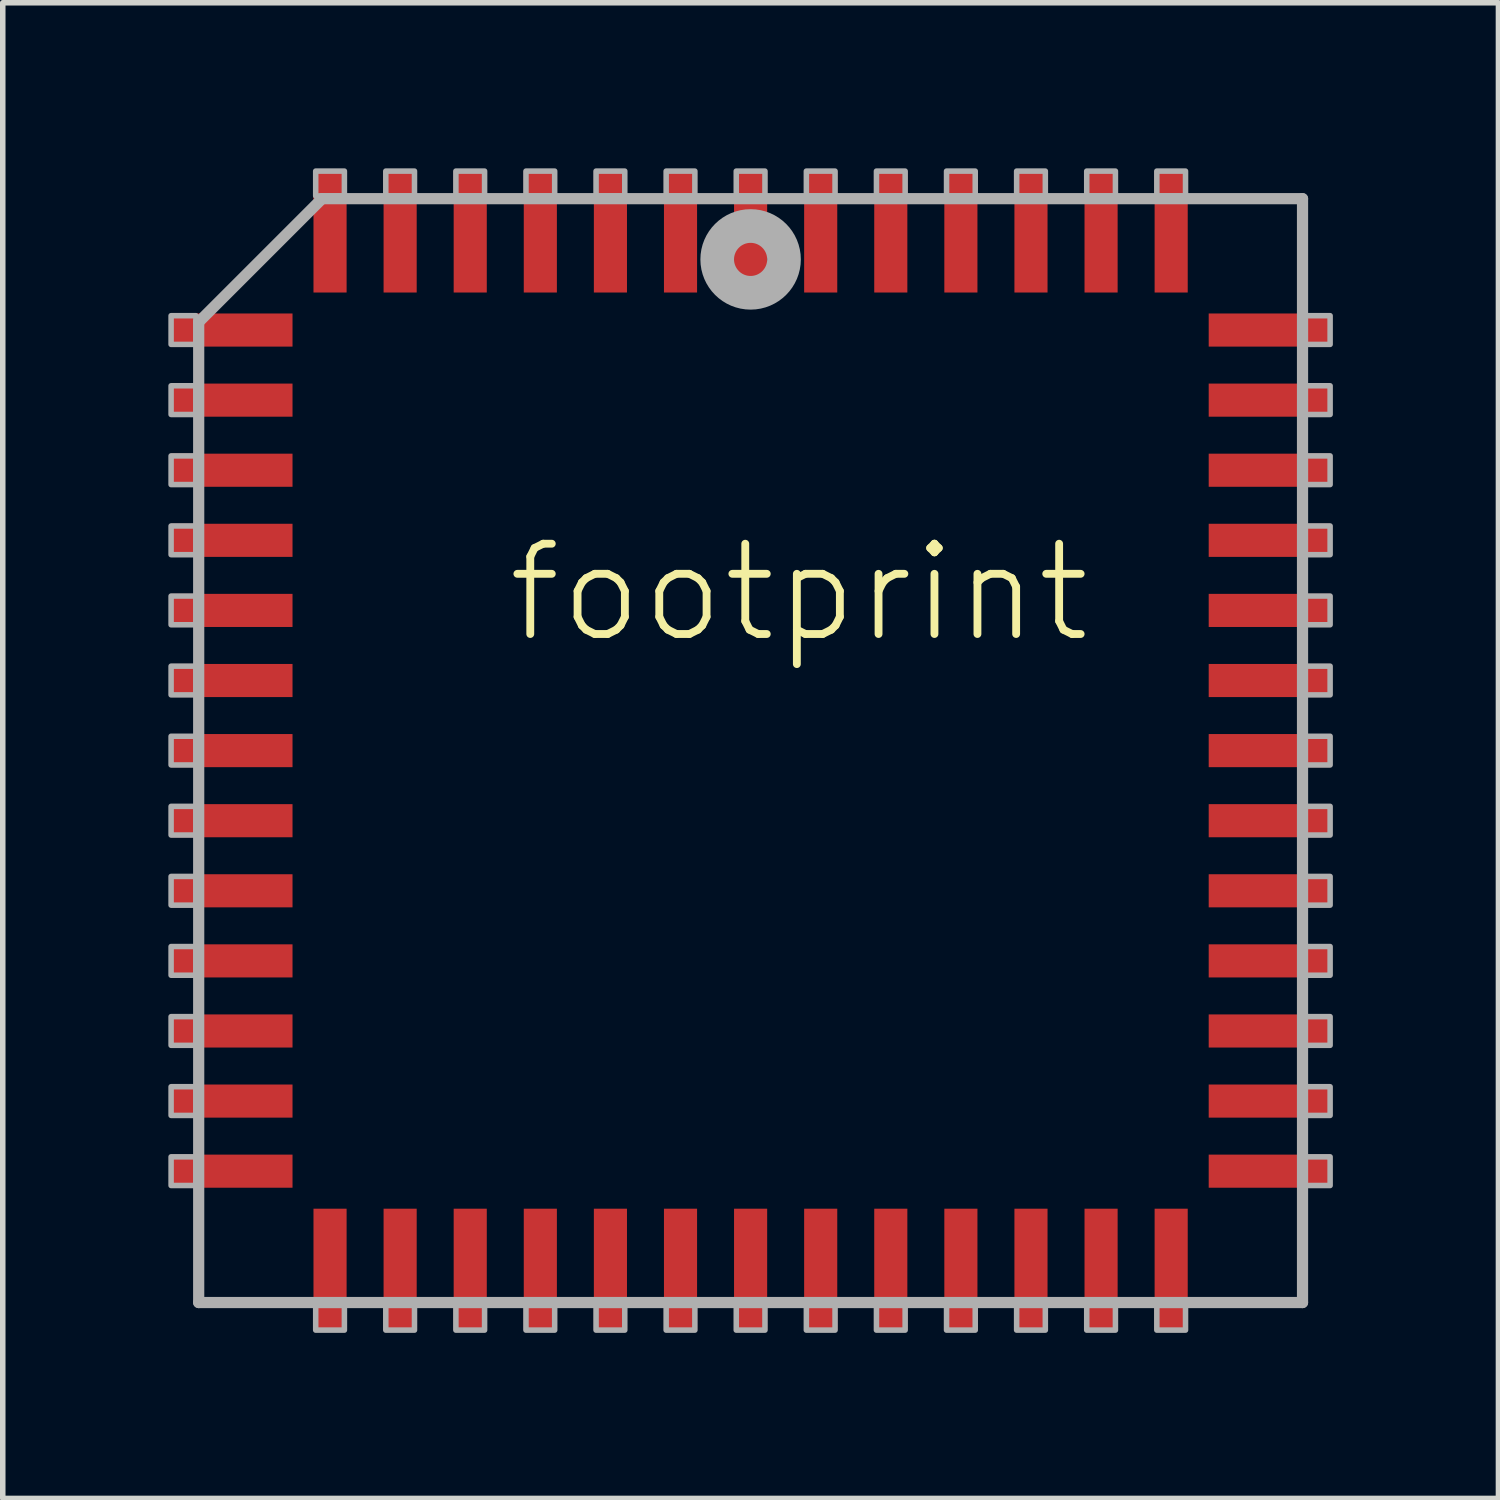
<source format=kicad_pcb>
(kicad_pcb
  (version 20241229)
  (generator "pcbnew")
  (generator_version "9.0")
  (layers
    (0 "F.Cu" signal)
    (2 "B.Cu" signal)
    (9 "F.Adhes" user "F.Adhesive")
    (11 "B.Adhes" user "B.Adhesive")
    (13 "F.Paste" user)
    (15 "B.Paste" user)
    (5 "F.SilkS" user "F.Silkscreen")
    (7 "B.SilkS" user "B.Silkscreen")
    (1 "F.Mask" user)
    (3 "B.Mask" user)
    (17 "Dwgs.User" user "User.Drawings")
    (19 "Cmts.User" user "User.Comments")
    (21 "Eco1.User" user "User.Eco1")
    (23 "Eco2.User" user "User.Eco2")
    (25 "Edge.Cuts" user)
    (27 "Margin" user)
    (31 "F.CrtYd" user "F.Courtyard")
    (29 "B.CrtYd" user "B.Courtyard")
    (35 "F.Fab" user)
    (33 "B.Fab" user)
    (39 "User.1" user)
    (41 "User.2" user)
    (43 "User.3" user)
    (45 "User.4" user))
  (footprint "footprint"
    (layer "F.Cu")
    (at 10.55 10.55)
    (property "Reference" "footprint" (at -4.475 -1.905 0) (layer "F.SilkS") (effects (font (size 1.636 1.636) (thickness 0.142)) (justify left bottom)))
    (fp_line (start -10 -7.765) (end -10 10) (stroke (width 0.203) (type solid)) (layer "F.Fab"))
    (fp_line (start -10 10) (end 10 10) (stroke (width 0.203) (type solid)) (layer "F.Fab"))
    (fp_line (start -7.765 -10) (end -10 -7.765) (stroke (width 0.203) (type solid)) (layer "F.Fab"))
    (fp_line (start 10 -10) (end -7.765 -10) (stroke (width 0.203) (type solid)) (layer "F.Fab"))
    (fp_line (start 10 10) (end 10 -10) (stroke (width 0.203) (type solid)) (layer "F.Fab"))
    (fp_circle (center 0 -8.9) (end 0.3 -8.9) (stroke (width 0.61) (type solid)) (fill no) (layer "F.Fab"))
    (fp_poly (pts (xy -10.5 -7.36) (xy -10.05 -7.36) (xy -10.05 -7.88) (xy -10.5 -7.88)) (stroke (width 0.1) (type solid)) (fill no) (layer "F.Fab"))
    (fp_poly (pts (xy -10.5 -6.09) (xy -10.05 -6.09) (xy -10.05 -6.61) (xy -10.5 -6.61)) (stroke (width 0.1) (type solid)) (fill no) (layer "F.Fab"))
    (fp_poly (pts (xy -10.5 -4.82) (xy -10.05 -4.82) (xy -10.05 -5.34) (xy -10.5 -5.34)) (stroke (width 0.1) (type solid)) (fill no) (layer "F.Fab"))
    (fp_poly (pts (xy -10.5 -3.55) (xy -10.05 -3.55) (xy -10.05 -4.07) (xy -10.5 -4.07)) (stroke (width 0.1) (type solid)) (fill no) (layer "F.Fab"))
    (fp_poly (pts (xy -10.5 -2.28) (xy -10.05 -2.28) (xy -10.05 -2.8) (xy -10.5 -2.8)) (stroke (width 0.1) (type solid)) (fill no) (layer "F.Fab"))
    (fp_poly (pts (xy -10.5 -1.01) (xy -10.05 -1.01) (xy -10.05 -1.53) (xy -10.5 -1.53)) (stroke (width 0.1) (type solid)) (fill no) (layer "F.Fab"))
    (fp_poly (pts (xy -10.5 0.26) (xy -10.05 0.26) (xy -10.05 -0.26) (xy -10.5 -0.26)) (stroke (width 0.1) (type solid)) (fill no) (layer "F.Fab"))
    (fp_poly (pts (xy -10.5 1.53) (xy -10.05 1.53) (xy -10.05 1.01) (xy -10.5 1.01)) (stroke (width 0.1) (type solid)) (fill no) (layer "F.Fab"))
    (fp_poly (pts (xy -10.5 2.8) (xy -10.05 2.8) (xy -10.05 2.28) (xy -10.5 2.28)) (stroke (width 0.1) (type solid)) (fill no) (layer "F.Fab"))
    (fp_poly (pts (xy -10.5 4.07) (xy -10.05 4.07) (xy -10.05 3.55) (xy -10.5 3.55)) (stroke (width 0.1) (type solid)) (fill no) (layer "F.Fab"))
    (fp_poly (pts (xy -10.5 5.34) (xy -10.05 5.34) (xy -10.05 4.82) (xy -10.5 4.82)) (stroke (width 0.1) (type solid)) (fill no) (layer "F.Fab"))
    (fp_poly (pts (xy -10.5 6.61) (xy -10.05 6.61) (xy -10.05 6.09) (xy -10.5 6.09)) (stroke (width 0.1) (type solid)) (fill no) (layer "F.Fab"))
    (fp_poly (pts (xy -10.5 7.88) (xy -10.05 7.88) (xy -10.05 7.36) (xy -10.5 7.36)) (stroke (width 0.1) (type solid)) (fill no) (layer "F.Fab"))
    (fp_poly (pts (xy -7.88 -10.05) (xy -7.36 -10.05) (xy -7.36 -10.5) (xy -7.88 -10.5)) (stroke (width 0.1) (type solid)) (fill no) (layer "F.Fab"))
    (fp_poly (pts (xy -7.88 10.5) (xy -7.36 10.5) (xy -7.36 10.05) (xy -7.88 10.05)) (stroke (width 0.1) (type solid)) (fill no) (layer "F.Fab"))
    (fp_poly (pts (xy -6.61 -10.05) (xy -6.09 -10.05) (xy -6.09 -10.5) (xy -6.61 -10.5)) (stroke (width 0.1) (type solid)) (fill no) (layer "F.Fab"))
    (fp_poly (pts (xy -6.61 10.5) (xy -6.09 10.5) (xy -6.09 10.05) (xy -6.61 10.05)) (stroke (width 0.1) (type solid)) (fill no) (layer "F.Fab"))
    (fp_poly (pts (xy -5.34 -10.05) (xy -4.82 -10.05) (xy -4.82 -10.5) (xy -5.34 -10.5)) (stroke (width 0.1) (type solid)) (fill no) (layer "F.Fab"))
    (fp_poly (pts (xy -5.34 10.5) (xy -4.82 10.5) (xy -4.82 10.05) (xy -5.34 10.05)) (stroke (width 0.1) (type solid)) (fill no) (layer "F.Fab"))
    (fp_poly (pts (xy -4.07 -10.05) (xy -3.55 -10.05) (xy -3.55 -10.5) (xy -4.07 -10.5)) (stroke (width 0.1) (type solid)) (fill no) (layer "F.Fab"))
    (fp_poly (pts (xy -4.07 10.5) (xy -3.55 10.5) (xy -3.55 10.05) (xy -4.07 10.05)) (stroke (width 0.1) (type solid)) (fill no) (layer "F.Fab"))
    (fp_poly (pts (xy -2.8 -10.05) (xy -2.28 -10.05) (xy -2.28 -10.5) (xy -2.8 -10.5)) (stroke (width 0.1) (type solid)) (fill no) (layer "F.Fab"))
    (fp_poly (pts (xy -2.8 10.5) (xy -2.28 10.5) (xy -2.28 10.05) (xy -2.8 10.05)) (stroke (width 0.1) (type solid)) (fill no) (layer "F.Fab"))
    (fp_poly (pts (xy -1.53 -10.05) (xy -1.01 -10.05) (xy -1.01 -10.5) (xy -1.53 -10.5)) (stroke (width 0.1) (type solid)) (fill no) (layer "F.Fab"))
    (fp_poly (pts (xy -1.53 10.5) (xy -1.01 10.5) (xy -1.01 10.05) (xy -1.53 10.05)) (stroke (width 0.1) (type solid)) (fill no) (layer "F.Fab"))
    (fp_poly (pts (xy -0.26 -10.05) (xy 0.26 -10.05) (xy 0.26 -10.5) (xy -0.26 -10.5)) (stroke (width 0.1) (type solid)) (fill no) (layer "F.Fab"))
    (fp_poly (pts (xy -0.26 10.5) (xy 0.26 10.5) (xy 0.26 10.05) (xy -0.26 10.05)) (stroke (width 0.1) (type solid)) (fill no) (layer "F.Fab"))
    (fp_poly (pts (xy 1.01 -10.05) (xy 1.53 -10.05) (xy 1.53 -10.5) (xy 1.01 -10.5)) (stroke (width 0.1) (type solid)) (fill no) (layer "F.Fab"))
    (fp_poly (pts (xy 1.01 10.5) (xy 1.53 10.5) (xy 1.53 10.05) (xy 1.01 10.05)) (stroke (width 0.1) (type solid)) (fill no) (layer "F.Fab"))
    (fp_poly (pts (xy 2.28 -10.05) (xy 2.8 -10.05) (xy 2.8 -10.5) (xy 2.28 -10.5)) (stroke (width 0.1) (type solid)) (fill no) (layer "F.Fab"))
    (fp_poly (pts (xy 2.28 10.5) (xy 2.8 10.5) (xy 2.8 10.05) (xy 2.28 10.05)) (stroke (width 0.1) (type solid)) (fill no) (layer "F.Fab"))
    (fp_poly (pts (xy 3.55 -10.05) (xy 4.07 -10.05) (xy 4.07 -10.5) (xy 3.55 -10.5)) (stroke (width 0.1) (type solid)) (fill no) (layer "F.Fab"))
    (fp_poly (pts (xy 3.55 10.5) (xy 4.07 10.5) (xy 4.07 10.05) (xy 3.55 10.05)) (stroke (width 0.1) (type solid)) (fill no) (layer "F.Fab"))
    (fp_poly (pts (xy 4.82 -10.05) (xy 5.34 -10.05) (xy 5.34 -10.5) (xy 4.82 -10.5)) (stroke (width 0.1) (type solid)) (fill no) (layer "F.Fab"))
    (fp_poly (pts (xy 4.82 10.5) (xy 5.34 10.5) (xy 5.34 10.05) (xy 4.82 10.05)) (stroke (width 0.1) (type solid)) (fill no) (layer "F.Fab"))
    (fp_poly (pts (xy 6.09 -10.05) (xy 6.61 -10.05) (xy 6.61 -10.5) (xy 6.09 -10.5)) (stroke (width 0.1) (type solid)) (fill no) (layer "F.Fab"))
    (fp_poly (pts (xy 6.09 10.5) (xy 6.61 10.5) (xy 6.61 10.05) (xy 6.09 10.05)) (stroke (width 0.1) (type solid)) (fill no) (layer "F.Fab"))
    (fp_poly (pts (xy 7.36 -10.05) (xy 7.88 -10.05) (xy 7.88 -10.5) (xy 7.36 -10.5)) (stroke (width 0.1) (type solid)) (fill no) (layer "F.Fab"))
    (fp_poly (pts (xy 7.36 10.5) (xy 7.88 10.5) (xy 7.88 10.05) (xy 7.36 10.05)) (stroke (width 0.1) (type solid)) (fill no) (layer "F.Fab"))
    (fp_poly (pts (xy 10.05 -7.36) (xy 10.5 -7.36) (xy 10.5 -7.88) (xy 10.05 -7.88)) (stroke (width 0.1) (type solid)) (fill no) (layer "F.Fab"))
    (fp_poly (pts (xy 10.05 -6.09) (xy 10.5 -6.09) (xy 10.5 -6.61) (xy 10.05 -6.61)) (stroke (width 0.1) (type solid)) (fill no) (layer "F.Fab"))
    (fp_poly (pts (xy 10.05 -4.82) (xy 10.5 -4.82) (xy 10.5 -5.34) (xy 10.05 -5.34)) (stroke (width 0.1) (type solid)) (fill no) (layer "F.Fab"))
    (fp_poly (pts (xy 10.05 -3.55) (xy 10.5 -3.55) (xy 10.5 -4.07) (xy 10.05 -4.07)) (stroke (width 0.1) (type solid)) (fill no) (layer "F.Fab"))
    (fp_poly (pts (xy 10.05 -2.28) (xy 10.5 -2.28) (xy 10.5 -2.8) (xy 10.05 -2.8)) (stroke (width 0.1) (type solid)) (fill no) (layer "F.Fab"))
    (fp_poly (pts (xy 10.05 -1.01) (xy 10.5 -1.01) (xy 10.5 -1.53) (xy 10.05 -1.53)) (stroke (width 0.1) (type solid)) (fill no) (layer "F.Fab"))
    (fp_poly (pts (xy 10.05 0.26) (xy 10.5 0.26) (xy 10.5 -0.26) (xy 10.05 -0.26)) (stroke (width 0.1) (type solid)) (fill no) (layer "F.Fab"))
    (fp_poly (pts (xy 10.05 1.53) (xy 10.5 1.53) (xy 10.5 1.01) (xy 10.05 1.01)) (stroke (width 0.1) (type solid)) (fill no) (layer "F.Fab"))
    (fp_poly (pts (xy 10.05 2.8) (xy 10.5 2.8) (xy 10.5 2.28) (xy 10.05 2.28)) (stroke (width 0.1) (type solid)) (fill no) (layer "F.Fab"))
    (fp_poly (pts (xy 10.05 4.07) (xy 10.5 4.07) (xy 10.5 3.55) (xy 10.05 3.55)) (stroke (width 0.1) (type solid)) (fill no) (layer "F.Fab"))
    (fp_poly (pts (xy 10.05 5.34) (xy 10.5 5.34) (xy 10.5 4.82) (xy 10.05 4.82)) (stroke (width 0.1) (type solid)) (fill no) (layer "F.Fab"))
    (fp_poly (pts (xy 10.05 6.61) (xy 10.5 6.61) (xy 10.5 6.09) (xy 10.05 6.09)) (stroke (width 0.1) (type solid)) (fill no) (layer "F.Fab"))
    (fp_poly (pts (xy 10.05 7.88) (xy 10.5 7.88) (xy 10.5 7.36) (xy 10.05 7.36)) (stroke (width 0.1) (type solid)) (fill no) (layer "F.Fab"))
    (pad "1" smd rect (at 0 -9.4) (size 0.6 2.2) (layers "F.Cu" "F.Mask" "F.Paste"))
    (pad "2" smd rect (at -1.27 -9.4) (size 0.6 2.2) (layers "F.Cu" "F.Mask" "F.Paste"))
    (pad "3" smd rect (at -2.54 -9.4) (size 0.6 2.2) (layers "F.Cu" "F.Mask" "F.Paste"))
    (pad "4" smd rect (at -3.81 -9.4) (size 0.6 2.2) (layers "F.Cu" "F.Mask" "F.Paste"))
    (pad "5" smd rect (at -5.08 -9.4) (size 0.6 2.2) (layers "F.Cu" "F.Mask" "F.Paste"))
    (pad "6" smd rect (at -6.35 -9.4) (size 0.6 2.2) (layers "F.Cu" "F.Mask" "F.Paste"))
    (pad "7" smd rect (at -7.62 -9.4) (size 0.6 2.2) (layers "F.Cu" "F.Mask" "F.Paste"))
    (pad "8" smd rect (at -9.4 -7.62) (size 2.2 0.6) (layers "F.Cu" "F.Mask" "F.Paste"))
    (pad "9" smd rect (at -9.4 -6.35) (size 2.2 0.6) (layers "F.Cu" "F.Mask" "F.Paste"))
    (pad "10" smd rect (at -9.4 -5.08) (size 2.2 0.6) (layers "F.Cu" "F.Mask" "F.Paste"))
    (pad "11" smd rect (at -9.4 -3.81) (size 2.2 0.6) (layers "F.Cu" "F.Mask" "F.Paste"))
    (pad "12" smd rect (at -9.4 -2.54) (size 2.2 0.6) (layers "F.Cu" "F.Mask" "F.Paste"))
    (pad "13" smd rect (at -9.4 -1.27) (size 2.2 0.6) (layers "F.Cu" "F.Mask" "F.Paste"))
    (pad "14" smd rect (at -9.4 0) (size 2.2 0.6) (layers "F.Cu" "F.Mask" "F.Paste"))
    (pad "15" smd rect (at -9.4 1.27) (size 2.2 0.6) (layers "F.Cu" "F.Mask" "F.Paste"))
    (pad "16" smd rect (at -9.4 2.54) (size 2.2 0.6) (layers "F.Cu" "F.Mask" "F.Paste"))
    (pad "17" smd rect (at -9.4 3.81) (size 2.2 0.6) (layers "F.Cu" "F.Mask" "F.Paste"))
    (pad "18" smd rect (at -9.4 5.08) (size 2.2 0.6) (layers "F.Cu" "F.Mask" "F.Paste"))
    (pad "19" smd rect (at -9.4 6.35) (size 2.2 0.6) (layers "F.Cu" "F.Mask" "F.Paste"))
    (pad "20" smd rect (at -9.4 7.62) (size 2.2 0.6) (layers "F.Cu" "F.Mask" "F.Paste"))
    (pad "21" smd rect (at -7.62 9.4) (size 0.6 2.2) (layers "F.Cu" "F.Mask" "F.Paste"))
    (pad "22" smd rect (at -6.35 9.4) (size 0.6 2.2) (layers "F.Cu" "F.Mask" "F.Paste"))
    (pad "23" smd rect (at -5.08 9.4) (size 0.6 2.2) (layers "F.Cu" "F.Mask" "F.Paste"))
    (pad "24" smd rect (at -3.81 9.4) (size 0.6 2.2) (layers "F.Cu" "F.Mask" "F.Paste"))
    (pad "25" smd rect (at -2.54 9.4) (size 0.6 2.2) (layers "F.Cu" "F.Mask" "F.Paste"))
    (pad "26" smd rect (at -1.27 9.4) (size 0.6 2.2) (layers "F.Cu" "F.Mask" "F.Paste"))
    (pad "27" smd rect (at 0 9.4) (size 0.6 2.2) (layers "F.Cu" "F.Mask" "F.Paste"))
    (pad "28" smd rect (at 1.27 9.4) (size 0.6 2.2) (layers "F.Cu" "F.Mask" "F.Paste"))
    (pad "29" smd rect (at 2.54 9.4) (size 0.6 2.2) (layers "F.Cu" "F.Mask" "F.Paste"))
    (pad "30" smd rect (at 3.81 9.4) (size 0.6 2.2) (layers "F.Cu" "F.Mask" "F.Paste"))
    (pad "31" smd rect (at 5.08 9.4) (size 0.6 2.2) (layers "F.Cu" "F.Mask" "F.Paste"))
    (pad "32" smd rect (at 6.35 9.4) (size 0.6 2.2) (layers "F.Cu" "F.Mask" "F.Paste"))
    (pad "33" smd rect (at 7.62 9.4) (size 0.6 2.2) (layers "F.Cu" "F.Mask" "F.Paste"))
    (pad "34" smd rect (at 9.4 7.62) (size 2.2 0.6) (layers "F.Cu" "F.Mask" "F.Paste"))
    (pad "35" smd rect (at 9.4 6.35) (size 2.2 0.6) (layers "F.Cu" "F.Mask" "F.Paste"))
    (pad "36" smd rect (at 9.4 5.08) (size 2.2 0.6) (layers "F.Cu" "F.Mask" "F.Paste"))
    (pad "37" smd rect (at 9.4 3.81) (size 2.2 0.6) (layers "F.Cu" "F.Mask" "F.Paste"))
    (pad "38" smd rect (at 9.4 2.54) (size 2.2 0.6) (layers "F.Cu" "F.Mask" "F.Paste"))
    (pad "39" smd rect (at 9.4 1.27) (size 2.2 0.6) (layers "F.Cu" "F.Mask" "F.Paste"))
    (pad "40" smd rect (at 9.4 0) (size 2.2 0.6) (layers "F.Cu" "F.Mask" "F.Paste"))
    (pad "41" smd rect (at 9.4 -1.27) (size 2.2 0.6) (layers "F.Cu" "F.Mask" "F.Paste"))
    (pad "42" smd rect (at 9.4 -2.54) (size 2.2 0.6) (layers "F.Cu" "F.Mask" "F.Paste"))
    (pad "43" smd rect (at 9.4 -3.81) (size 2.2 0.6) (layers "F.Cu" "F.Mask" "F.Paste"))
    (pad "44" smd rect (at 9.4 -5.08) (size 2.2 0.6) (layers "F.Cu" "F.Mask" "F.Paste"))
    (pad "45" smd rect (at 9.4 -6.35) (size 2.2 0.6) (layers "F.Cu" "F.Mask" "F.Paste"))
    (pad "46" smd rect (at 9.4 -7.62) (size 2.2 0.6) (layers "F.Cu" "F.Mask" "F.Paste"))
    (pad "47" smd rect (at 7.62 -9.4) (size 0.6 2.2) (layers "F.Cu" "F.Mask" "F.Paste"))
    (pad "48" smd rect (at 6.35 -9.4) (size 0.6 2.2) (layers "F.Cu" "F.Mask" "F.Paste"))
    (pad "49" smd rect (at 5.08 -9.4) (size 0.6 2.2) (layers "F.Cu" "F.Mask" "F.Paste"))
    (pad "50" smd rect (at 3.81 -9.4) (size 0.6 2.2) (layers "F.Cu" "F.Mask" "F.Paste"))
    (pad "51" smd rect (at 2.54 -9.4) (size 0.6 2.2) (layers "F.Cu" "F.Mask" "F.Paste"))
    (pad "52" smd rect (at 1.27 -9.4) (size 0.6 2.2) (layers "F.Cu" "F.Mask" "F.Paste")))
  (gr_rect
    (start -3 -3)
    (end 24.1 24.1)
    (stroke (width 0.1) (type default))
    (fill no)
    (layer "Edge.Cuts")))
</source>
